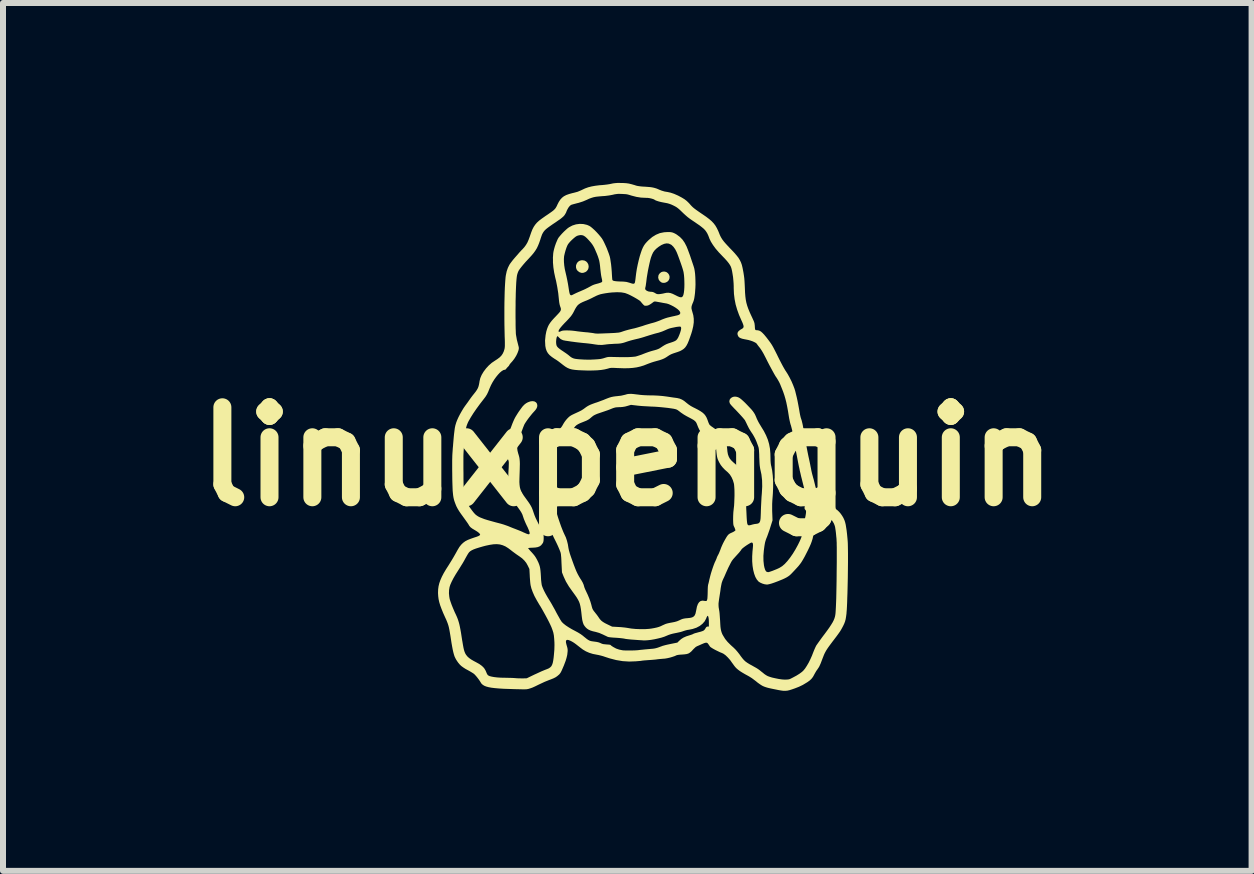
<source format=kicad_pcb>
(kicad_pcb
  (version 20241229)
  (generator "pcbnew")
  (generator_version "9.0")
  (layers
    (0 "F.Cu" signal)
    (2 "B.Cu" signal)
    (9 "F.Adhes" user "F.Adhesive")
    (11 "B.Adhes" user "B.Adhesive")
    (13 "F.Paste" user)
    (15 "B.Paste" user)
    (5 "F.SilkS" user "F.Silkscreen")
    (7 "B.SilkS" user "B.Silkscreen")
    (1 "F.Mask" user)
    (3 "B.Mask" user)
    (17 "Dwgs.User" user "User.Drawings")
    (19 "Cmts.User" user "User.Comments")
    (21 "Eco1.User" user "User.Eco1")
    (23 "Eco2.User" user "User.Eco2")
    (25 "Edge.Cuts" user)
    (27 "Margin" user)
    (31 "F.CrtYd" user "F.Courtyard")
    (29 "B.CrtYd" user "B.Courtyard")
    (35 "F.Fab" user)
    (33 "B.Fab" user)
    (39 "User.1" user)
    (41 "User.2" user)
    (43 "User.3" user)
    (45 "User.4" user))
  (footprint "linuxpenguin"
    (layer "F.Cu")
    (at 7.407 4.561)
    (property "Reference" "linuxpenguin" (at 0 0 0) (layer "F.SilkS") (effects (font (size 1.5 1.5) (thickness 0.3))))
    (attr board_only exclude_from_pos_files exclude_from_bom)
    (fp_poly (pts (xy 0.627 -3.083) (xy 0.655 -3.074) (xy 0.679 -3.055) (xy 0.697 -3.029) (xy 0.705 -3.001) (xy 0.703 -2.969) (xy 0.691 -2.94) (xy 0.67 -2.917) (xy 0.643 -2.902) (xy 0.613 -2.895) (xy 0.582 -2.898) (xy 0.568 -2.904) (xy 0.541 -2.925) (xy 0.523 -2.952) (xy 0.515 -2.984) (xy 0.519 -3.017) (xy 0.523 -3.029) (xy 0.543 -3.057) (xy 0.568 -3.075) (xy 0.597 -3.084)) (stroke (width 0) (type solid)) (fill yes) (layer "F.SilkS"))
    (fp_poly (pts (xy -0.715 -3.268) (xy -0.686 -3.253) (xy -0.664 -3.23) (xy -0.65 -3.203) (xy -0.644 -3.172) (xy -0.647 -3.141) (xy -0.659 -3.112) (xy -0.681 -3.087) (xy -0.7 -3.075) (xy -0.733 -3.063) (xy -0.764 -3.062) (xy -0.796 -3.073) (xy -0.8 -3.075) (xy -0.829 -3.097) (xy -0.847 -3.123) (xy -0.855 -3.153) (xy -0.855 -3.184) (xy -0.845 -3.214) (xy -0.828 -3.24) (xy -0.804 -3.26) (xy -0.772 -3.271) (xy -0.75 -3.273)) (stroke (width 0) (type solid)) (fill yes) (layer "F.SilkS"))
    (fp_poly (pts (xy -0.73 -3.876) (xy -0.671 -3.862) (xy -0.632 -3.845) (xy -0.609 -3.83) (xy -0.58 -3.806) (xy -0.548 -3.777) (xy -0.514 -3.743) (xy -0.481 -3.707) (xy -0.451 -3.672) (xy -0.426 -3.64) (xy -0.418 -3.628) (xy -0.402 -3.601) (xy -0.384 -3.565) (xy -0.364 -3.522) (xy -0.343 -3.475) (xy -0.325 -3.428) (xy -0.308 -3.383) (xy -0.295 -3.343) (xy -0.293 -3.337) (xy -0.285 -3.302) (xy -0.278 -3.256) (xy -0.27 -3.202) (xy -0.264 -3.143) (xy -0.259 -3.081) (xy -0.257 -3.043) (xy -0.255 -3.011) (xy -0.253 -2.982) (xy -0.251 -2.96) (xy -0.25 -2.949) (xy -0.245 -2.939) (xy -0.235 -2.932) (xy -0.217 -2.927) (xy -0.191 -2.923) (xy -0.154 -2.92) (xy -0.11 -2.918) (xy -0.069 -2.917) (xy -0.038 -2.914) (xy -0.012 -2.911) (xy 0.01 -2.905) (xy 0.035 -2.898) (xy 0.035 -2.898) (xy 0.069 -2.887) (xy 0.093 -2.881) (xy 0.108 -2.881) (xy 0.119 -2.887) (xy 0.125 -2.897) (xy 0.126 -2.898) (xy 0.129 -2.912) (xy 0.133 -2.936) (xy 0.137 -2.966) (xy 0.14 -2.993) (xy 0.148 -3.057) (xy 0.159 -3.128) (xy 0.174 -3.202) (xy 0.191 -3.275) (xy 0.209 -3.344) (xy 0.229 -3.406) (xy 0.243 -3.446) (xy 0.26 -3.485) (xy 0.278 -3.518) (xy 0.299 -3.548) (xy 0.327 -3.58) (xy 0.356 -3.609) (xy 0.416 -3.66) (xy 0.478 -3.698) (xy 0.543 -3.725) (xy 0.613 -3.739) (xy 0.673 -3.743) (xy 0.715 -3.742) (xy 0.748 -3.737) (xy 0.778 -3.726) (xy 0.811 -3.709) (xy 0.829 -3.697) (xy 0.878 -3.66) (xy 0.92 -3.617) (xy 0.956 -3.565) (xy 0.988 -3.503) (xy 1 -3.473) (xy 1.013 -3.44) (xy 1.028 -3.399) (xy 1.045 -3.353) (xy 1.061 -3.305) (xy 1.077 -3.257) (xy 1.092 -3.213) (xy 1.105 -3.174) (xy 1.114 -3.144) (xy 1.117 -3.133) (xy 1.124 -3.095) (xy 1.13 -3.048) (xy 1.134 -2.992) (xy 1.136 -2.933) (xy 1.137 -2.871) (xy 1.135 -2.811) (xy 1.133 -2.787) (xy 1.129 -2.728) (xy 1.123 -2.681) (xy 1.117 -2.641) (xy 1.109 -2.607) (xy 1.099 -2.577) (xy 1.09 -2.557) (xy 1.077 -2.523) (xy 1.07 -2.495) (xy 1.07 -2.468) (xy 1.077 -2.438) (xy 1.083 -2.417) (xy 1.1 -2.357) (xy 1.108 -2.298) (xy 1.108 -2.237) (xy 1.099 -2.172) (xy 1.082 -2.1) (xy 1.067 -2.05) (xy 1.044 -1.984) (xy 1.024 -1.929) (xy 1.005 -1.884) (xy 0.985 -1.847) (xy 0.964 -1.818) (xy 0.94 -1.795) (xy 0.912 -1.776) (xy 0.88 -1.759) (xy 0.841 -1.744) (xy 0.807 -1.733) (xy 0.765 -1.719) (xy 0.732 -1.706) (xy 0.705 -1.692) (xy 0.68 -1.676) (xy 0.68 -1.676) (xy 0.647 -1.654) (xy 0.615 -1.636) (xy 0.58 -1.621) (xy 0.539 -1.607) (xy 0.488 -1.593) (xy 0.485 -1.592) (xy 0.445 -1.581) (xy 0.401 -1.567) (xy 0.36 -1.552) (xy 0.336 -1.543) (xy 0.276 -1.519) (xy 0.217 -1.501) (xy 0.156 -1.487) (xy 0.091 -1.478) (xy 0.021 -1.473) (xy -0.058 -1.472) (xy -0.146 -1.475) (xy -0.173 -1.476) (xy -0.213 -1.478) (xy -0.242 -1.479) (xy -0.264 -1.479) (xy -0.282 -1.477) (xy -0.299 -1.474) (xy -0.318 -1.468) (xy -0.333 -1.464) (xy -0.378 -1.453) (xy -0.434 -1.444) (xy -0.5 -1.438) (xy -0.575 -1.435) (xy -0.656 -1.434) (xy -0.743 -1.437) (xy -0.815 -1.44) (xy -0.873 -1.445) (xy -0.921 -1.452) (xy -0.962 -1.463) (xy -0.999 -1.479) (xy -1.034 -1.5) (xy -1.072 -1.528) (xy -1.087 -1.54) (xy -1.119 -1.565) (xy -1.156 -1.593) (xy -1.193 -1.618) (xy -1.207 -1.626) (xy -1.257 -1.66) (xy -1.295 -1.691) (xy -1.324 -1.724) (xy -1.344 -1.759) (xy -1.358 -1.799) (xy -1.367 -1.846) (xy -1.367 -1.851) (xy -1.37 -1.911) (xy -1.187 -1.911) (xy -1.185 -1.881) (xy -1.181 -1.857) (xy -1.171 -1.836) (xy -1.155 -1.817) (xy -1.131 -1.797) (xy -1.098 -1.773) (xy -1.081 -1.762) (xy -1.05 -1.741) (xy -1.019 -1.72) (xy -0.993 -1.701) (xy -0.975 -1.687) (xy -0.973 -1.685) (xy -0.949 -1.665) (xy -0.925 -1.649) (xy -0.901 -1.638) (xy -0.872 -1.63) (xy -0.836 -1.625) (xy -0.791 -1.621) (xy -0.773 -1.62) (xy -0.725 -1.617) (xy -0.686 -1.616) (xy -0.652 -1.615) (xy -0.619 -1.615) (xy -0.584 -1.617) (xy -0.542 -1.619) (xy -0.527 -1.62) (xy -0.482 -1.623) (xy -0.447 -1.627) (xy -0.418 -1.633) (xy -0.392 -1.64) (xy -0.377 -1.645) (xy -0.354 -1.652) (xy -0.336 -1.657) (xy -0.318 -1.66) (xy -0.297 -1.661) (xy -0.269 -1.661) (xy -0.231 -1.66) (xy -0.23 -1.66) (xy -0.134 -1.658) (xy -0.051 -1.657) (xy 0.019 -1.658) (xy 0.076 -1.661) (xy 0.119 -1.665) (xy 0.141 -1.668) (xy 0.168 -1.676) (xy 0.202 -1.687) (xy 0.24 -1.7) (xy 0.272 -1.713) (xy 0.311 -1.728) (xy 0.353 -1.743) (xy 0.393 -1.756) (xy 0.421 -1.764) (xy 0.459 -1.774) (xy 0.489 -1.783) (xy 0.513 -1.792) (xy 0.536 -1.803) (xy 0.561 -1.819) (xy 0.586 -1.836) (xy 0.618 -1.856) (xy 0.648 -1.872) (xy 0.683 -1.886) (xy 0.717 -1.897) (xy 0.753 -1.909) (xy 0.784 -1.921) (xy 0.806 -1.933) (xy 0.814 -1.938) (xy 0.832 -1.958) (xy 0.849 -1.986) (xy 0.866 -2.025) (xy 0.883 -2.071) (xy 0.894 -2.109) (xy 0.898 -2.137) (xy 0.896 -2.155) (xy 0.887 -2.165) (xy 0.883 -2.167) (xy 0.872 -2.167) (xy 0.85 -2.165) (xy 0.819 -2.161) (xy 0.784 -2.154) (xy 0.78 -2.153) (xy 0.735 -2.144) (xy 0.698 -2.134) (xy 0.667 -2.122) (xy 0.636 -2.108) (xy 0.634 -2.107) (xy 0.582 -2.085) (xy 0.522 -2.065) (xy 0.497 -2.059) (xy 0.459 -2.049) (xy 0.415 -2.036) (xy 0.368 -2.022) (xy 0.325 -2.008) (xy 0.32 -2.007) (xy 0.278 -1.993) (xy 0.231 -1.979) (xy 0.186 -1.967) (xy 0.147 -1.958) (xy 0.143 -1.957) (xy 0.102 -1.947) (xy 0.056 -1.935) (xy 0.01 -1.921) (xy -0.017 -1.912) (xy -0.046 -1.902) (xy -0.07 -1.895) (xy -0.092 -1.89) (xy -0.114 -1.886) (xy -0.14 -1.883) (xy -0.173 -1.881) (xy -0.213 -1.88) (xy -0.254 -1.877) (xy -0.294 -1.875) (xy -0.328 -1.872) (xy -0.354 -1.869) (xy -0.366 -1.867) (xy -0.421 -1.861) (xy -0.483 -1.862) (xy -0.543 -1.87) (xy -0.567 -1.874) (xy -0.601 -1.879) (xy -0.641 -1.884) (xy -0.686 -1.889) (xy -0.732 -1.893) (xy -0.733 -1.893) (xy -0.779 -1.898) (xy -0.824 -1.903) (xy -0.866 -1.908) (xy -0.901 -1.913) (xy -0.926 -1.916) (xy -0.927 -1.916) (xy -0.959 -1.921) (xy -0.993 -1.926) (xy -1.02 -1.93) (xy -1.023 -1.93) (xy -1.072 -1.94) (xy -1.11 -1.958) (xy -1.137 -1.983) (xy -1.15 -1.997) (xy -1.161 -2.006) (xy -1.164 -2.007) (xy -1.171 -2) (xy -1.178 -1.984) (xy -1.183 -1.959) (xy -1.186 -1.93) (xy -1.187 -1.911) (xy -1.37 -1.911) (xy -1.371 -1.935) (xy -1.362 -2.023) (xy -1.35 -2.085) (xy -1.349 -2.088) (xy -1.146 -2.088) (xy -1.144 -2.081) (xy -1.136 -2.079) (xy -1.119 -2.084) (xy -1.108 -2.089) (xy -1.091 -2.096) (xy -1.074 -2.1) (xy -1.051 -2.102) (xy -1.021 -2.103) (xy -1.003 -2.103) (xy -0.963 -2.102) (xy -0.918 -2.099) (xy -0.875 -2.094) (xy -0.86 -2.092) (xy -0.825 -2.087) (xy -0.783 -2.082) (xy -0.738 -2.077) (xy -0.697 -2.073) (xy -0.658 -2.07) (xy -0.62 -2.065) (xy -0.587 -2.061) (xy -0.562 -2.057) (xy -0.56 -2.057) (xy -0.547 -2.054) (xy -0.534 -2.052) (xy -0.519 -2.051) (xy -0.502 -2.05) (xy -0.479 -2.05) (xy -0.451 -2.051) (xy -0.415 -2.052) (xy -0.37 -2.054) (xy -0.314 -2.056) (xy -0.25 -2.059) (xy -0.207 -2.061) (xy -0.175 -2.064) (xy -0.149 -2.066) (xy -0.127 -2.07) (xy -0.105 -2.076) (xy -0.081 -2.084) (xy -0.067 -2.089) (xy -0.029 -2.101) (xy 0.014 -2.113) (xy 0.058 -2.124) (xy 0.083 -2.13) (xy 0.12 -2.138) (xy 0.164 -2.15) (xy 0.211 -2.164) (xy 0.255 -2.177) (xy 0.263 -2.18) (xy 0.304 -2.194) (xy 0.348 -2.207) (xy 0.388 -2.219) (xy 0.422 -2.228) (xy 0.43 -2.23) (xy 0.467 -2.241) (xy 0.509 -2.256) (xy 0.549 -2.271) (xy 0.561 -2.277) (xy 0.595 -2.291) (xy 0.633 -2.305) (xy 0.668 -2.316) (xy 0.681 -2.319) (xy 0.714 -2.327) (xy 0.753 -2.336) (xy 0.791 -2.344) (xy 0.802 -2.347) (xy 0.834 -2.354) (xy 0.855 -2.361) (xy 0.869 -2.368) (xy 0.877 -2.376) (xy 0.877 -2.377) (xy 0.883 -2.388) (xy 0.883 -2.399) (xy 0.877 -2.415) (xy 0.876 -2.417) (xy 0.862 -2.436) (xy 0.838 -2.458) (xy 0.806 -2.481) (xy 0.77 -2.503) (xy 0.731 -2.523) (xy 0.693 -2.54) (xy 0.659 -2.551) (xy 0.647 -2.553) (xy 0.625 -2.557) (xy 0.595 -2.562) (xy 0.56 -2.569) (xy 0.531 -2.574) (xy 0.498 -2.58) (xy 0.475 -2.584) (xy 0.46 -2.585) (xy 0.45 -2.584) (xy 0.442 -2.581) (xy 0.434 -2.575) (xy 0.403 -2.552) (xy 0.379 -2.536) (xy 0.36 -2.526) (xy 0.345 -2.519) (xy 0.329 -2.516) (xy 0.321 -2.515) (xy 0.3 -2.514) (xy 0.287 -2.516) (xy 0.275 -2.525) (xy 0.262 -2.538) (xy 0.244 -2.558) (xy 0.228 -2.578) (xy 0.222 -2.585) (xy 0.208 -2.598) (xy 0.184 -2.614) (xy 0.15 -2.635) (xy 0.106 -2.66) (xy 0.055 -2.687) (xy 0.013 -2.707) (xy -0.037 -2.726) (xy -0.098 -2.737) (xy -0.17 -2.74) (xy -0.253 -2.736) (xy -0.311 -2.73) (xy -0.366 -2.722) (xy -0.41 -2.714) (xy -0.447 -2.706) (xy -0.48 -2.695) (xy -0.512 -2.682) (xy -0.546 -2.665) (xy -0.557 -2.66) (xy -0.594 -2.641) (xy -0.636 -2.621) (xy -0.676 -2.603) (xy -0.7 -2.594) (xy -0.745 -2.575) (xy -0.781 -2.557) (xy -0.808 -2.539) (xy -0.831 -2.518) (xy -0.85 -2.492) (xy -0.87 -2.459) (xy -0.884 -2.431) (xy -0.898 -2.404) (xy -0.911 -2.381) (xy -0.925 -2.36) (xy -0.94 -2.339) (xy -0.96 -2.316) (xy -0.984 -2.289) (xy -1.015 -2.256) (xy -1.044 -2.227) (xy -1.083 -2.185) (xy -1.112 -2.151) (xy -1.132 -2.124) (xy -1.143 -2.104) (xy -1.146 -2.088) (xy -1.349 -2.088) (xy -1.338 -2.126) (xy -1.324 -2.163) (xy -1.308 -2.196) (xy -1.286 -2.23) (xy -1.258 -2.266) (xy -1.222 -2.306) (xy -1.196 -2.333) (xy -1.163 -2.368) (xy -1.138 -2.395) (xy -1.121 -2.416) (xy -1.111 -2.434) (xy -1.107 -2.449) (xy -1.107 -2.466) (xy -1.112 -2.484) (xy -1.12 -2.506) (xy -1.12 -2.506) (xy -1.128 -2.534) (xy -1.135 -2.572) (xy -1.14 -2.615) (xy -1.14 -2.617) (xy -1.151 -2.723) (xy -1.167 -2.824) (xy -1.187 -2.927) (xy -1.201 -2.983) (xy -1.219 -3.067) (xy -1.232 -3.152) (xy -1.239 -3.235) (xy -1.239 -3.293) (xy -1.057 -3.293) (xy -1.056 -3.242) (xy -1.051 -3.185) (xy -1.042 -3.126) (xy -1.03 -3.073) (xy -1.015 -3.009) (xy -1.001 -2.942) (xy -0.989 -2.879) (xy -0.98 -2.823) (xy -0.973 -2.777) (xy -0.967 -2.742) (xy -0.961 -2.718) (xy -0.956 -2.703) (xy -0.949 -2.695) (xy -0.948 -2.694) (xy -0.941 -2.69) (xy -0.935 -2.688) (xy -0.928 -2.69) (xy -0.915 -2.695) (xy -0.895 -2.705) (xy -0.881 -2.712) (xy -0.85 -2.727) (xy -0.814 -2.743) (xy -0.778 -2.758) (xy -0.767 -2.763) (xy -0.732 -2.778) (xy -0.693 -2.796) (xy 0.298 -2.796) (xy 0.301 -2.786) (xy 0.307 -2.778) (xy 0.326 -2.763) (xy 0.354 -2.752) (xy 0.389 -2.747) (xy 0.401 -2.747) (xy 0.427 -2.743) (xy 0.452 -2.732) (xy 0.462 -2.726) (xy 0.481 -2.715) (xy 0.497 -2.709) (xy 0.516 -2.707) (xy 0.535 -2.708) (xy 0.565 -2.712) (xy 0.599 -2.718) (xy 0.619 -2.723) (xy 0.654 -2.73) (xy 0.686 -2.731) (xy 0.719 -2.726) (xy 0.756 -2.713) (xy 0.799 -2.692) (xy 0.803 -2.69) (xy 0.841 -2.671) (xy 0.871 -2.659) (xy 0.893 -2.655) (xy 0.91 -2.658) (xy 0.922 -2.669) (xy 0.928 -2.677) (xy 0.936 -2.699) (xy 0.943 -2.732) (xy 0.948 -2.773) (xy 0.951 -2.82) (xy 0.952 -2.871) (xy 0.951 -2.924) (xy 0.949 -2.976) (xy 0.945 -3.025) (xy 0.939 -3.068) (xy 0.934 -3.091) (xy 0.927 -3.116) (xy 0.916 -3.152) (xy 0.902 -3.194) (xy 0.886 -3.24) (xy 0.869 -3.287) (xy 0.852 -3.334) (xy 0.836 -3.376) (xy 0.822 -3.41) (xy 0.798 -3.457) (xy 0.769 -3.497) (xy 0.737 -3.528) (xy 0.727 -3.534) (xy 0.692 -3.55) (xy 0.655 -3.554) (xy 0.614 -3.546) (xy 0.568 -3.526) (xy 0.523 -3.497) (xy 0.485 -3.467) (xy 0.455 -3.437) (xy 0.431 -3.404) (xy 0.412 -3.364) (xy 0.394 -3.316) (xy 0.383 -3.276) (xy 0.37 -3.221) (xy 0.357 -3.161) (xy 0.344 -3.098) (xy 0.334 -3.038) (xy 0.325 -2.984) (xy 0.32 -2.943) (xy 0.316 -2.909) (xy 0.311 -2.874) (xy 0.307 -2.845) (xy 0.304 -2.832) (xy 0.299 -2.81) (xy 0.298 -2.796) (xy -0.693 -2.796) (xy -0.692 -2.797) (xy -0.654 -2.816) (xy -0.64 -2.824) (xy -0.61 -2.84) (xy -0.586 -2.853) (xy -0.565 -2.862) (xy -0.543 -2.87) (xy -0.515 -2.878) (xy -0.481 -2.887) (xy -0.45 -2.897) (xy -0.429 -2.906) (xy -0.42 -2.913) (xy -0.418 -2.928) (xy -0.422 -2.953) (xy -0.426 -2.971) (xy -0.431 -2.993) (xy -0.437 -3.026) (xy -0.442 -3.064) (xy -0.447 -3.106) (xy -0.45 -3.131) (xy -0.455 -3.184) (xy -0.461 -3.227) (xy -0.468 -3.266) (xy -0.479 -3.303) (xy -0.492 -3.342) (xy -0.51 -3.388) (xy -0.52 -3.41) (xy -0.538 -3.453) (xy -0.554 -3.487) (xy -0.57 -3.515) (xy -0.586 -3.54) (xy -0.606 -3.566) (xy -0.632 -3.596) (xy -0.64 -3.605) (xy -0.673 -3.64) (xy -0.702 -3.666) (xy -0.729 -3.683) (xy -0.754 -3.691) (xy -0.78 -3.692) (xy -0.785 -3.692) (xy -0.812 -3.687) (xy -0.838 -3.679) (xy -0.843 -3.676) (xy -0.863 -3.664) (xy -0.889 -3.643) (xy -0.917 -3.618) (xy -0.945 -3.591) (xy -0.969 -3.564) (xy -0.987 -3.541) (xy -0.987 -3.541) (xy -1.001 -3.515) (xy -1.015 -3.48) (xy -1.029 -3.438) (xy -1.041 -3.395) (xy -1.051 -3.352) (xy -1.054 -3.335) (xy -1.057 -3.293) (xy -1.239 -3.293) (xy -1.24 -3.313) (xy -1.235 -3.384) (xy -1.231 -3.413) (xy -1.221 -3.457) (xy -1.207 -3.506) (xy -1.19 -3.555) (xy -1.171 -3.6) (xy -1.158 -3.629) (xy -1.143 -3.653) (xy -1.119 -3.682) (xy -1.09 -3.715) (xy -1.058 -3.748) (xy -1.025 -3.779) (xy -0.994 -3.806) (xy -0.97 -3.823) (xy -0.915 -3.852) (xy -0.855 -3.871) (xy -0.792 -3.879)) (stroke (width 0) (type solid)) (fill yes) (layer "F.SilkS"))
    (fp_poly (pts (xy -0.12 -4.561) (xy -0.064 -4.56) (xy -0.017 -4.557) (xy 0.026 -4.551) (xy 0.071 -4.54) (xy 0.12 -4.526) (xy 0.12 -4.526) (xy 0.147 -4.517) (xy 0.172 -4.511) (xy 0.199 -4.507) (xy 0.23 -4.503) (xy 0.269 -4.5) (xy 0.293 -4.499) (xy 0.347 -4.495) (xy 0.391 -4.491) (xy 0.427 -4.485) (xy 0.459 -4.477) (xy 0.491 -4.467) (xy 0.524 -4.453) (xy 0.527 -4.451) (xy 0.576 -4.432) (xy 0.624 -4.418) (xy 0.673 -4.41) (xy 0.722 -4.399) (xy 0.779 -4.38) (xy 0.843 -4.352) (xy 0.857 -4.345) (xy 0.911 -4.316) (xy 0.955 -4.289) (xy 0.991 -4.261) (xy 1.023 -4.23) (xy 1.038 -4.214) (xy 1.057 -4.192) (xy 1.075 -4.173) (xy 1.095 -4.154) (xy 1.118 -4.135) (xy 1.146 -4.114) (xy 1.18 -4.09) (xy 1.223 -4.06) (xy 1.253 -4.04) (xy 1.314 -3.998) (xy 1.364 -3.96) (xy 1.406 -3.924) (xy 1.44 -3.888) (xy 1.468 -3.851) (xy 1.492 -3.81) (xy 1.514 -3.765) (xy 1.527 -3.734) (xy 1.54 -3.701) (xy 1.553 -3.672) (xy 1.568 -3.645) (xy 1.585 -3.618) (xy 1.606 -3.59) (xy 1.632 -3.559) (xy 1.664 -3.524) (xy 1.703 -3.482) (xy 1.739 -3.445) (xy 1.785 -3.396) (xy 1.822 -3.353) (xy 1.852 -3.315) (xy 1.875 -3.277) (xy 1.894 -3.239) (xy 1.909 -3.197) (xy 1.921 -3.148) (xy 1.932 -3.091) (xy 1.937 -3.064) (xy 1.944 -3.019) (xy 1.95 -2.974) (xy 1.954 -2.925) (xy 1.957 -2.87) (xy 1.96 -2.807) (xy 1.963 -2.734) (xy 1.968 -2.671) (xy 1.975 -2.615) (xy 1.985 -2.564) (xy 1.999 -2.514) (xy 2.017 -2.463) (xy 2.04 -2.407) (xy 2.069 -2.343) (xy 2.078 -2.325) (xy 2.095 -2.287) (xy 2.108 -2.259) (xy 2.116 -2.237) (xy 2.121 -2.218) (xy 2.123 -2.2) (xy 2.125 -2.185) (xy 2.127 -2.151) (xy 2.129 -2.129) (xy 2.133 -2.116) (xy 2.139 -2.109) (xy 2.148 -2.107) (xy 2.157 -2.107) (xy 2.182 -2.104) (xy 2.205 -2.097) (xy 2.228 -2.084) (xy 2.253 -2.062) (xy 2.281 -2.033) (xy 2.314 -1.993) (xy 2.326 -1.978) (xy 2.351 -1.945) (xy 2.372 -1.917) (xy 2.39 -1.892) (xy 2.406 -1.868) (xy 2.421 -1.843) (xy 2.437 -1.814) (xy 2.454 -1.781) (xy 2.475 -1.74) (xy 2.5 -1.69) (xy 2.51 -1.669) (xy 2.54 -1.609) (xy 2.569 -1.553) (xy 2.595 -1.504) (xy 2.619 -1.462) (xy 2.638 -1.43) (xy 2.644 -1.422) (xy 2.675 -1.373) (xy 2.707 -1.315) (xy 2.738 -1.253) (xy 2.764 -1.192) (xy 2.785 -1.137) (xy 2.787 -1.132) (xy 2.799 -1.093) (xy 2.811 -1.044) (xy 2.825 -0.987) (xy 2.838 -0.927) (xy 2.85 -0.865) (xy 2.861 -0.805) (xy 2.867 -0.771) (xy 2.873 -0.734) (xy 2.88 -0.697) (xy 2.887 -0.666) (xy 2.893 -0.643) (xy 2.894 -0.641) (xy 2.901 -0.62) (xy 2.908 -0.598) (xy 2.914 -0.573) (xy 2.921 -0.544) (xy 2.928 -0.51) (xy 2.935 -0.467) (xy 2.944 -0.416) (xy 2.955 -0.353) (xy 2.96 -0.323) (xy 2.97 -0.266) (xy 2.981 -0.205) (xy 2.992 -0.144) (xy 3.003 -0.087) (xy 3.013 -0.037) (xy 3.02 -0.003) (xy 3.03 0.042) (xy 3.04 0.089) (xy 3.049 0.133) (xy 3.056 0.17) (xy 3.061 0.193) (xy 3.068 0.231) (xy 3.077 0.271) (xy 3.086 0.307) (xy 3.09 0.32) (xy 3.098 0.351) (xy 3.107 0.381) (xy 3.113 0.406) (xy 3.114 0.41) (xy 3.119 0.43) (xy 3.126 0.458) (xy 3.134 0.492) (xy 3.144 0.527) (xy 3.153 0.562) (xy 3.161 0.597) (xy 3.167 0.627) (xy 3.17 0.647) (xy 3.173 0.668) (xy 3.177 0.686) (xy 3.184 0.701) (xy 3.196 0.714) (xy 3.213 0.728) (xy 3.238 0.743) (xy 3.272 0.761) (xy 3.315 0.783) (xy 3.329 0.79) (xy 3.388 0.82) (xy 3.435 0.847) (xy 3.474 0.872) (xy 3.506 0.897) (xy 3.534 0.924) (xy 3.559 0.954) (xy 3.581 0.986) (xy 3.597 1.012) (xy 3.61 1.038) (xy 3.622 1.066) (xy 3.632 1.098) (xy 3.641 1.135) (xy 3.648 1.179) (xy 3.656 1.23) (xy 3.663 1.291) (xy 3.67 1.363) (xy 3.674 1.41) (xy 3.676 1.444) (xy 3.677 1.49) (xy 3.678 1.546) (xy 3.679 1.611) (xy 3.679 1.684) (xy 3.679 1.763) (xy 3.678 1.846) (xy 3.677 1.932) (xy 3.676 2.019) (xy 3.674 2.107) (xy 3.672 2.193) (xy 3.67 2.276) (xy 3.667 2.355) (xy 3.665 2.428) (xy 3.662 2.494) (xy 3.659 2.551) (xy 3.655 2.597) (xy 3.654 2.617) (xy 3.647 2.669) (xy 3.64 2.711) (xy 3.63 2.749) (xy 3.616 2.786) (xy 3.597 2.826) (xy 3.593 2.833) (xy 3.582 2.854) (xy 3.571 2.874) (xy 3.56 2.893) (xy 3.547 2.914) (xy 3.531 2.937) (xy 3.511 2.965) (xy 3.486 2.999) (xy 3.455 3.04) (xy 3.419 3.087) (xy 3.384 3.134) (xy 3.356 3.172) (xy 3.334 3.204) (xy 3.316 3.232) (xy 3.302 3.257) (xy 3.289 3.282) (xy 3.277 3.309) (xy 3.265 3.34) (xy 3.256 3.363) (xy 3.238 3.41) (xy 3.224 3.447) (xy 3.211 3.476) (xy 3.2 3.5) (xy 3.188 3.52) (xy 3.175 3.539) (xy 3.167 3.551) (xy 3.151 3.573) (xy 3.134 3.602) (xy 3.117 3.632) (xy 3.115 3.637) (xy 3.094 3.674) (xy 3.071 3.704) (xy 3.043 3.731) (xy 3.006 3.758) (xy 2.99 3.768) (xy 2.927 3.806) (xy 2.863 3.837) (xy 2.794 3.864) (xy 2.745 3.881) (xy 2.704 3.894) (xy 2.669 3.902) (xy 2.637 3.905) (xy 2.603 3.905) (xy 2.565 3.9) (xy 2.519 3.892) (xy 2.49 3.886) (xy 2.435 3.875) (xy 2.392 3.866) (xy 2.357 3.858) (xy 2.33 3.851) (xy 2.308 3.844) (xy 2.29 3.838) (xy 2.273 3.831) (xy 2.257 3.824) (xy 2.231 3.809) (xy 2.2 3.788) (xy 2.167 3.764) (xy 2.147 3.747) (xy 2.114 3.722) (xy 2.078 3.695) (xy 2.042 3.672) (xy 2.02 3.659) (xy 1.963 3.628) (xy 1.917 3.601) (xy 1.879 3.577) (xy 1.848 3.554) (xy 1.822 3.532) (xy 1.799 3.508) (xy 1.778 3.481) (xy 1.756 3.45) (xy 1.751 3.444) (xy 1.715 3.393) (xy 1.677 3.35) (xy 1.64 3.314) (xy 1.605 3.288) (xy 1.579 3.275) (xy 1.546 3.262) (xy 1.511 3.245) (xy 1.476 3.228) (xy 1.442 3.21) (xy 1.413 3.193) (xy 1.392 3.179) (xy 1.38 3.169) (xy 1.367 3.15) (xy 1.353 3.129) (xy 1.351 3.127) (xy 1.339 3.111) (xy 1.325 3.103) (xy 1.307 3.103) (xy 1.282 3.11) (xy 1.249 3.124) (xy 1.246 3.125) (xy 1.217 3.138) (xy 1.19 3.15) (xy 1.169 3.159) (xy 1.164 3.161) (xy 1.141 3.174) (xy 1.113 3.2) (xy 1.098 3.215) (xy 1.07 3.246) (xy 1.044 3.268) (xy 1.019 3.283) (xy 0.99 3.292) (xy 0.954 3.297) (xy 0.917 3.3) (xy 0.883 3.302) (xy 0.854 3.305) (xy 0.832 3.309) (xy 0.821 3.312) (xy 0.793 3.325) (xy 0.755 3.338) (xy 0.712 3.351) (xy 0.668 3.361) (xy 0.627 3.368) (xy 0.6 3.37) (xy 0.566 3.373) (xy 0.532 3.376) (xy 0.504 3.379) (xy 0.497 3.38) (xy 0.476 3.383) (xy 0.445 3.386) (xy 0.408 3.389) (xy 0.368 3.392) (xy 0.351 3.393) (xy 0.314 3.396) (xy 0.283 3.398) (xy 0.259 3.401) (xy 0.244 3.402) (xy 0.24 3.403) (xy 0.233 3.405) (xy 0.214 3.407) (xy 0.187 3.409) (xy 0.154 3.412) (xy 0.141 3.413) (xy 0.031 3.417) (xy -0.078 3.41) (xy -0.186 3.392) (xy -0.297 3.363) (xy -0.365 3.341) (xy -0.403 3.328) (xy -0.443 3.317) (xy -0.481 3.308) (xy -0.502 3.304) (xy -0.574 3.29) (xy -0.635 3.271) (xy -0.69 3.247) (xy -0.742 3.216) (xy -0.783 3.185) (xy -0.824 3.153) (xy -0.856 3.128) (xy -0.882 3.109) (xy -0.905 3.094) (xy -0.926 3.082) (xy -0.945 3.072) (xy -0.977 3.059) (xy -1.001 3.055) (xy -1.016 3.061) (xy -1.023 3.076) (xy -1.022 3.102) (xy -1.013 3.139) (xy -1.01 3.149) (xy -1.001 3.18) (xy -0.996 3.204) (xy -0.994 3.226) (xy -0.995 3.252) (xy -0.996 3.259) (xy -1.001 3.305) (xy -1.012 3.352) (xy -1.027 3.403) (xy -1.049 3.461) (xy -1.056 3.48) (xy -1.075 3.524) (xy -1.09 3.559) (xy -1.102 3.584) (xy -1.113 3.604) (xy -1.124 3.619) (xy -1.135 3.632) (xy -1.143 3.639) (xy -1.169 3.661) (xy -1.197 3.68) (xy -1.231 3.697) (xy -1.273 3.714) (xy -1.303 3.725) (xy -1.335 3.738) (xy -1.375 3.754) (xy -1.418 3.774) (xy -1.461 3.794) (xy -1.484 3.805) (xy -1.537 3.831) (xy -1.581 3.851) (xy -1.618 3.864) (xy -1.651 3.874) (xy -1.681 3.879) (xy -1.707 3.88) (xy -1.722 3.88) (xy -1.749 3.88) (xy -1.786 3.879) (xy -1.83 3.878) (xy -1.88 3.877) (xy -1.933 3.875) (xy -1.967 3.874) (xy -2.059 3.871) (xy -2.139 3.866) (xy -2.207 3.86) (xy -2.265 3.853) (xy -2.313 3.844) (xy -2.353 3.833) (xy -2.385 3.82) (xy -2.41 3.804) (xy -2.43 3.786) (xy -2.444 3.765) (xy -2.446 3.761) (xy -2.458 3.742) (xy -2.476 3.716) (xy -2.497 3.688) (xy -2.519 3.661) (xy -2.54 3.638) (xy -2.556 3.622) (xy -2.558 3.621) (xy -2.571 3.612) (xy -2.593 3.598) (xy -2.62 3.582) (xy -2.65 3.565) (xy -2.698 3.539) (xy -2.735 3.515) (xy -2.765 3.493) (xy -2.79 3.47) (xy -2.811 3.445) (xy -2.818 3.437) (xy -2.837 3.41) (xy -2.853 3.385) (xy -2.867 3.359) (xy -2.88 3.331) (xy -2.89 3.3) (xy -2.9 3.263) (xy -2.91 3.219) (xy -2.92 3.166) (xy -2.931 3.103) (xy -2.94 3.043) (xy -2.95 2.979) (xy -2.959 2.926) (xy -2.967 2.882) (xy -2.975 2.844) (xy -2.984 2.811) (xy -2.994 2.781) (xy -3.006 2.75) (xy -3.019 2.718) (xy -3.036 2.682) (xy -3.07 2.606) (xy -3.097 2.539) (xy -3.119 2.48) (xy -3.135 2.426) (xy -3.146 2.376) (xy -3.152 2.328) (xy -3.155 2.279) (xy -3.155 2.279) (xy -2.973 2.279) (xy -2.968 2.333) (xy -2.961 2.374) (xy -2.947 2.418) (xy -2.928 2.472) (xy -2.903 2.533) (xy -2.875 2.598) (xy -2.86 2.629) (xy -2.845 2.662) (xy -2.832 2.693) (xy -2.821 2.723) (xy -2.811 2.755) (xy -2.801 2.791) (xy -2.792 2.831) (xy -2.783 2.877) (xy -2.773 2.932) (xy -2.763 2.997) (xy -2.751 3.073) (xy -2.75 3.077) (xy -2.74 3.137) (xy -2.731 3.186) (xy -2.722 3.225) (xy -2.712 3.256) (xy -2.701 3.282) (xy -2.688 3.304) (xy -2.684 3.309) (xy -2.663 3.335) (xy -2.636 3.359) (xy -2.602 3.383) (xy -2.559 3.408) (xy -2.523 3.427) (xy -2.467 3.458) (xy -2.422 3.491) (xy -2.388 3.525) (xy -2.364 3.564) (xy -2.353 3.589) (xy -2.34 3.62) (xy -2.327 3.641) (xy -2.32 3.647) (xy -2.297 3.659) (xy -2.263 3.668) (xy -2.219 3.676) (xy -2.167 3.682) (xy -2.108 3.686) (xy -2.049 3.687) (xy -2.005 3.688) (xy -1.961 3.689) (xy -1.92 3.69) (xy -1.886 3.692) (xy -1.87 3.693) (xy -1.835 3.696) (xy -1.793 3.697) (xy -1.753 3.698) (xy -1.743 3.698) (xy -1.676 3.696) (xy -1.55 3.635) (xy -1.508 3.616) (xy -1.467 3.597) (xy -1.43 3.58) (xy -1.399 3.567) (xy -1.377 3.558) (xy -1.375 3.557) (xy -1.338 3.543) (xy -1.308 3.53) (xy -1.285 3.514) (xy -1.267 3.496) (xy -1.254 3.472) (xy -1.243 3.441) (xy -1.235 3.402) (xy -1.228 3.353) (xy -1.223 3.303) (xy -1.216 3.221) (xy -1.214 3.142) (xy -1.215 3.093) (xy -1.219 3.033) (xy -1.224 2.981) (xy -1.233 2.935) (xy -1.247 2.891) (xy -1.265 2.843) (xy -1.27 2.832) (xy -1.287 2.795) (xy -1.309 2.75) (xy -1.335 2.7) (xy -1.364 2.646) (xy -1.394 2.592) (xy -1.423 2.54) (xy -1.45 2.494) (xy -1.462 2.476) (xy -1.509 2.396) (xy -1.548 2.324) (xy -1.577 2.258) (xy -1.599 2.197) (xy -1.613 2.14) (xy -1.613 2.137) (xy -1.616 2.116) (xy -1.619 2.086) (xy -1.622 2.048) (xy -1.625 2.008) (xy -1.626 1.985) (xy -1.632 1.874) (xy -1.659 1.818) (xy -1.684 1.773) (xy -1.715 1.734) (xy -1.753 1.697) (xy -1.802 1.661) (xy -1.817 1.651) (xy -1.849 1.629) (xy -1.886 1.602) (xy -1.921 1.576) (xy -1.937 1.563) (xy -1.985 1.527) (xy -2.031 1.498) (xy -2.077 1.478) (xy -2.124 1.465) (xy -2.174 1.46) (xy -2.229 1.462) (xy -2.29 1.471) (xy -2.361 1.486) (xy -2.41 1.499) (xy -2.472 1.517) (xy -2.523 1.533) (xy -2.563 1.548) (xy -2.594 1.563) (xy -2.618 1.578) (xy -2.635 1.593) (xy -2.639 1.598) (xy -2.65 1.613) (xy -2.665 1.637) (xy -2.682 1.667) (xy -2.7 1.699) (xy -2.702 1.703) (xy -2.72 1.736) (xy -2.743 1.776) (xy -2.77 1.819) (xy -2.797 1.863) (xy -2.816 1.893) (xy -2.861 1.964) (xy -2.899 2.029) (xy -2.929 2.088) (xy -2.951 2.138) (xy -2.963 2.176) (xy -2.971 2.224) (xy -2.973 2.279) (xy -3.155 2.279) (xy -3.155 2.263) (xy -3.153 2.211) (xy -3.146 2.161) (xy -3.134 2.111) (xy -3.116 2.06) (xy -3.092 2.005) (xy -3.061 1.945) (xy -3.022 1.879) (xy -2.979 1.812) (xy -2.953 1.77) (xy -2.925 1.725) (xy -2.899 1.681) (xy -2.876 1.641) (xy -2.86 1.613) (xy -2.828 1.555) (xy -2.799 1.507) (xy -2.769 1.469) (xy -2.737 1.438) (xy -2.702 1.412) (xy -2.66 1.39) (xy -2.609 1.37) (xy -2.552 1.35) (xy -2.512 1.337) (xy -2.483 1.326) (xy -2.465 1.316) (xy -2.455 1.306) (xy -2.453 1.299) (xy -2.459 1.288) (xy -2.474 1.272) (xy -2.497 1.254) (xy -2.525 1.236) (xy -2.547 1.223) (xy -2.585 1.2) (xy -2.614 1.178) (xy -2.635 1.153) (xy -2.647 1.132) (xy -2.656 1.118) (xy -2.671 1.096) (xy -2.691 1.068) (xy -2.714 1.036) (xy -2.737 1.004) (xy -2.774 0.953) (xy -2.804 0.909) (xy -2.828 0.869) (xy -2.849 0.829) (xy -2.866 0.787) (xy -2.876 0.76) (xy -2.885 0.734) (xy -2.892 0.708) (xy -2.898 0.68) (xy -2.903 0.648) (xy -2.907 0.611) (xy -2.911 0.569) (xy -2.913 0.518) (xy -2.915 0.459) (xy -2.917 0.39) (xy -2.918 0.309) (xy -2.918 0.29) (xy -2.919 0.219) (xy -2.919 0.159) (xy -2.919 0.108) (xy -2.919 0.081) (xy -2.732 0.081) (xy -2.732 0.135) (xy -2.732 0.199) (xy -2.731 0.274) (xy -2.731 0.28) (xy -2.731 0.361) (xy -2.73 0.429) (xy -2.729 0.487) (xy -2.727 0.536) (xy -2.725 0.576) (xy -2.723 0.61) (xy -2.719 0.639) (xy -2.715 0.663) (xy -2.71 0.685) (xy -2.703 0.705) (xy -2.695 0.725) (xy -2.686 0.746) (xy -2.681 0.757) (xy -2.663 0.789) (xy -2.64 0.826) (xy -2.613 0.865) (xy -2.585 0.903) (xy -2.558 0.937) (xy -2.534 0.963) (xy -2.529 0.967) (xy -2.509 0.983) (xy -2.486 0.998) (xy -2.457 1.013) (xy -2.422 1.027) (xy -2.38 1.043) (xy -2.329 1.059) (xy -2.268 1.076) (xy -2.196 1.096) (xy -2.15 1.108) (xy -2.108 1.119) (xy -2.064 1.132) (xy -2.024 1.146) (xy -1.99 1.158) (xy -1.98 1.162) (xy -1.944 1.177) (xy -1.904 1.193) (xy -1.867 1.207) (xy -1.857 1.211) (xy -1.821 1.225) (xy -1.781 1.241) (xy -1.744 1.257) (xy -1.737 1.261) (xy -1.709 1.273) (xy -1.684 1.284) (xy -1.665 1.291) (xy -1.659 1.293) (xy -1.641 1.296) (xy -1.631 1.291) (xy -1.627 1.277) (xy -1.631 1.255) (xy -1.643 1.223) (xy -1.661 1.18) (xy -1.676 1.15) (xy -1.693 1.114) (xy -1.709 1.077) (xy -1.723 1.043) (xy -1.732 1.017) (xy -1.733 1.013) (xy -1.741 0.99) (xy -1.748 0.968) (xy -1.758 0.948) (xy -1.769 0.927) (xy -1.785 0.902) (xy -1.806 0.872) (xy -1.833 0.835) (xy -1.857 0.803) (xy -1.882 0.768) (xy -1.905 0.735) (xy -1.925 0.706) (xy -1.939 0.682) (xy -1.947 0.667) (xy -1.947 0.667) (xy -1.96 0.623) (xy -1.971 0.567) (xy -1.978 0.502) (xy -1.983 0.429) (xy -1.984 0.35) (xy -1.982 0.267) (xy -1.98 0.228) (xy -1.977 0.181) (xy -1.976 0.144) (xy -1.975 0.117) (xy -1.975 0.097) (xy -1.977 0.083) (xy -1.979 0.071) (xy -1.982 0.063) (xy -1.99 0.042) (xy -2 0.015) (xy -2.007 -0.003) (xy -2.014 -0.025) (xy -2.019 -0.047) (xy -2.021 -0.073) (xy -2.022 -0.108) (xy -2.022 -0.117) (xy -2.02 -0.178) (xy -2.012 -0.242) (xy -1.997 -0.309) (xy -1.977 -0.381) (xy -1.949 -0.462) (xy -1.932 -0.506) (xy -1.915 -0.551) (xy -1.9 -0.587) (xy -1.887 -0.616) (xy -1.875 -0.641) (xy -1.861 -0.666) (xy -1.845 -0.692) (xy -1.825 -0.724) (xy -1.81 -0.747) (xy -1.775 -0.796) (xy -1.745 -0.836) (xy -1.716 -0.866) (xy -1.688 -0.888) (xy -1.657 -0.905) (xy -1.624 -0.917) (xy -1.61 -0.921) (xy -1.575 -0.924) (xy -1.545 -0.918) (xy -1.521 -0.903) (xy -1.505 -0.88) (xy -1.5 -0.852) (xy -1.503 -0.827) (xy -1.513 -0.803) (xy -1.531 -0.776) (xy -1.557 -0.747) (xy -1.585 -0.716) (xy -1.614 -0.68) (xy -1.644 -0.642) (xy -1.671 -0.605) (xy -1.694 -0.571) (xy -1.711 -0.544) (xy -1.714 -0.539) (xy -1.723 -0.518) (xy -1.736 -0.486) (xy -1.75 -0.448) (xy -1.766 -0.405) (xy -1.781 -0.36) (xy -1.796 -0.315) (xy -1.809 -0.275) (xy -1.819 -0.24) (xy -1.824 -0.22) (xy -1.832 -0.176) (xy -1.835 -0.136) (xy -1.83 -0.097) (xy -1.819 -0.053) (xy -1.814 -0.037) (xy -1.807 -0.014) (xy -1.801 0.009) (xy -1.797 0.032) (xy -1.794 0.058) (xy -1.792 0.087) (xy -1.791 0.123) (xy -1.792 0.166) (xy -1.793 0.218) (xy -1.795 0.281) (xy -1.796 0.307) (xy -1.798 0.372) (xy -1.799 0.425) (xy -1.796 0.471) (xy -1.791 0.51) (xy -1.782 0.545) (xy -1.768 0.579) (xy -1.749 0.614) (xy -1.725 0.652) (xy -1.693 0.696) (xy -1.683 0.71) (xy -1.651 0.754) (xy -1.626 0.791) (xy -1.607 0.823) (xy -1.591 0.854) (xy -1.578 0.887) (xy -1.565 0.925) (xy -1.56 0.94) (xy -1.546 0.98) (xy -1.527 1.026) (xy -1.501 1.079) (xy -1.473 1.134) (xy -1.453 1.173) (xy -1.434 1.21) (xy -1.419 1.243) (xy -1.407 1.269) (xy -1.4 1.286) (xy -1.4 1.288) (xy -1.396 1.311) (xy -1.394 1.34) (xy -1.394 1.371) (xy -1.394 1.373) (xy -1.396 1.401) (xy -1.4 1.422) (xy -1.406 1.438) (xy -1.417 1.454) (xy -1.437 1.479) (xy -1.462 1.497) (xy -1.493 1.509) (xy -1.532 1.516) (xy -1.578 1.519) (xy -1.608 1.52) (xy -1.632 1.522) (xy -1.648 1.525) (xy -1.653 1.527) (xy -1.649 1.534) (xy -1.637 1.548) (xy -1.62 1.568) (xy -1.598 1.592) (xy -1.593 1.597) (xy -1.564 1.63) (xy -1.541 1.659) (xy -1.523 1.687) (xy -1.505 1.719) (xy -1.5 1.729) (xy -1.482 1.766) (xy -1.469 1.799) (xy -1.459 1.831) (xy -1.452 1.864) (xy -1.447 1.903) (xy -1.443 1.949) (xy -1.44 1.997) (xy -1.437 2.055) (xy -1.432 2.101) (xy -1.427 2.136) (xy -1.423 2.153) (xy -1.409 2.19) (xy -1.389 2.235) (xy -1.362 2.287) (xy -1.33 2.343) (xy -1.302 2.389) (xy -1.283 2.42) (xy -1.26 2.459) (xy -1.235 2.504) (xy -1.209 2.55) (xy -1.185 2.596) (xy -1.182 2.602) (xy -1.16 2.642) (xy -1.139 2.679) (xy -1.121 2.712) (xy -1.105 2.737) (xy -1.094 2.754) (xy -1.091 2.758) (xy -1.063 2.785) (xy -1.025 2.815) (xy -0.978 2.846) (xy -0.926 2.877) (xy -0.879 2.902) (xy -0.823 2.932) (xy -0.776 2.961) (xy -0.735 2.991) (xy -0.733 2.994) (xy -0.699 3.021) (xy -0.673 3.042) (xy -0.652 3.056) (xy -0.634 3.066) (xy -0.616 3.073) (xy -0.595 3.078) (xy -0.568 3.082) (xy -0.553 3.084) (xy -0.509 3.09) (xy -0.475 3.098) (xy -0.449 3.108) (xy -0.443 3.111) (xy -0.423 3.12) (xy -0.402 3.126) (xy -0.375 3.129) (xy -0.345 3.132) (xy -0.317 3.134) (xy -0.296 3.136) (xy -0.283 3.139) (xy -0.28 3.14) (xy -0.275 3.146) (xy -0.261 3.157) (xy -0.241 3.17) (xy -0.233 3.175) (xy -0.187 3.2) (xy -0.135 3.218) (xy -0.08 3.229) (xy -0.061 3.231) (xy -0.032 3.232) (xy 0.005 3.232) (xy 0.045 3.232) (xy 0.086 3.232) (xy 0.125 3.231) (xy 0.159 3.229) (xy 0.184 3.227) (xy 0.19 3.226) (xy 0.213 3.223) (xy 0.245 3.22) (xy 0.284 3.216) (xy 0.326 3.212) (xy 0.351 3.21) (xy 0.394 3.206) (xy 0.428 3.203) (xy 0.456 3.199) (xy 0.482 3.193) (xy 0.509 3.185) (xy 0.542 3.173) (xy 0.583 3.158) (xy 0.59 3.155) (xy 0.606 3.151) (xy 0.631 3.144) (xy 0.664 3.136) (xy 0.702 3.128) (xy 0.726 3.123) (xy 0.835 3.101) (xy 0.865 3.071) (xy 0.898 3.042) (xy 0.936 3.018) (xy 0.983 2.997) (xy 1.027 2.983) (xy 1.055 2.974) (xy 1.079 2.966) (xy 1.095 2.959) (xy 1.1 2.956) (xy 1.11 2.951) (xy 1.131 2.944) (xy 1.158 2.937) (xy 1.182 2.93) (xy 1.221 2.92) (xy 1.249 2.911) (xy 1.27 2.902) (xy 1.285 2.89) (xy 1.297 2.874) (xy 1.304 2.862) (xy 1.316 2.844) (xy 1.327 2.836) (xy 1.341 2.833) (xy 1.36 2.833) (xy 1.36 2.764) (xy 1.359 2.723) (xy 1.355 2.69) (xy 1.35 2.668) (xy 1.343 2.656) (xy 1.338 2.655) (xy 1.332 2.662) (xy 1.323 2.678) (xy 1.315 2.699) (xy 1.29 2.746) (xy 1.253 2.788) (xy 1.207 2.824) (xy 1.152 2.853) (xy 1.089 2.874) (xy 1.03 2.886) (xy 0.998 2.891) (xy 0.964 2.9) (xy 0.936 2.909) (xy 0.913 2.917) (xy 0.882 2.926) (xy 0.845 2.934) (xy 0.808 2.942) (xy 0.806 2.942) (xy 0.759 2.952) (xy 0.722 2.962) (xy 0.689 2.973) (xy 0.658 2.986) (xy 0.617 3.003) (xy 0.567 3.019) (xy 0.51 3.033) (xy 0.451 3.046) (xy 0.392 3.056) (xy 0.337 3.062) (xy 0.289 3.065) (xy 0.263 3.064) (xy 0.237 3.062) (xy 0.202 3.06) (xy 0.161 3.057) (xy 0.119 3.054) (xy 0.105 3.053) (xy 0.064 3.05) (xy 0.025 3.046) (xy -0.011 3.042) (xy -0.038 3.038) (xy -0.045 3.036) (xy -0.068 3.032) (xy -0.101 3.028) (xy -0.139 3.024) (xy -0.179 3.021) (xy -0.193 3.02) (xy -0.231 3.018) (xy -0.265 3.015) (xy -0.293 3.012) (xy -0.312 3.009) (xy -0.317 3.008) (xy -0.331 3.003) (xy -0.353 2.992) (xy -0.381 2.979) (xy -0.403 2.968) (xy -0.468 2.94) (xy -0.527 2.923) (xy -0.575 2.912) (xy -0.613 2.9) (xy -0.644 2.886) (xy -0.67 2.869) (xy -0.691 2.85) (xy -0.712 2.825) (xy -0.729 2.798) (xy -0.741 2.764) (xy -0.751 2.723) (xy -0.758 2.672) (xy -0.76 2.655) (xy -0.767 2.591) (xy -0.774 2.538) (xy -0.782 2.493) (xy -0.792 2.453) (xy -0.805 2.418) (xy -0.823 2.383) (xy -0.845 2.346) (xy -0.873 2.306) (xy -0.907 2.259) (xy -0.913 2.251) (xy -0.974 2.165) (xy -1.023 2.083) (xy -1.059 2.005) (xy -1.061 2.001) (xy -1.089 1.93) (xy -1.097 1.773) (xy -1.099 1.724) (xy -1.101 1.685) (xy -1.104 1.655) (xy -1.106 1.632) (xy -1.109 1.614) (xy -1.113 1.597) (xy -1.119 1.581) (xy -1.126 1.563) (xy -1.129 1.555) (xy -1.14 1.529) (xy -1.155 1.494) (xy -1.174 1.453) (xy -1.194 1.412) (xy -1.209 1.382) (xy -1.229 1.342) (xy -1.248 1.3) (xy -1.265 1.262) (xy -1.278 1.229) (xy -1.284 1.21) (xy -1.295 1.176) (xy -1.308 1.136) (xy -1.322 1.097) (xy -1.327 1.083) (xy -1.338 1.052) (xy -1.348 1.025) (xy -1.355 0.999) (xy -1.362 0.974) (xy -1.366 0.947) (xy -1.37 0.916) (xy -1.373 0.88) (xy -1.375 0.838) (xy -1.377 0.787) (xy -1.379 0.726) (xy -1.38 0.66) (xy -1.382 0.593) (xy -1.384 0.523) (xy -1.385 0.452) (xy -1.387 0.383) (xy -1.388 0.319) (xy -1.39 0.264) (xy -1.39 0.233) (xy -1.392 0.127) (xy -1.392 0.123) (xy -1.205 0.123) (xy -1.205 0.191) (xy -1.205 0.269) (xy -1.203 0.36) (xy -1.202 0.457) (xy -1.195 0.877) (xy -1.178 0.937) (xy -1.162 0.992) (xy -1.143 1.05) (xy -1.123 1.108) (xy -1.103 1.165) (xy -1.083 1.216) (xy -1.065 1.26) (xy -1.049 1.295) (xy -1.048 1.297) (xy -1.024 1.348) (xy -1.006 1.402) (xy -0.991 1.462) (xy -0.981 1.524) (xy -0.977 1.543) (xy -0.973 1.563) (xy -0.966 1.587) (xy -0.958 1.616) (xy -0.946 1.652) (xy -0.931 1.695) (xy -0.912 1.748) (xy -0.892 1.803) (xy -0.869 1.863) (xy -0.848 1.914) (xy -0.827 1.958) (xy -0.804 2) (xy -0.778 2.043) (xy -0.771 2.052) (xy -0.744 2.099) (xy -0.726 2.141) (xy -0.724 2.151) (xy -0.715 2.181) (xy -0.702 2.214) (xy -0.69 2.239) (xy -0.66 2.303) (xy -0.634 2.365) (xy -0.614 2.421) (xy -0.6 2.469) (xy -0.591 2.504) (xy -0.583 2.531) (xy -0.572 2.554) (xy -0.557 2.576) (xy -0.536 2.602) (xy -0.535 2.604) (xy -0.514 2.63) (xy -0.493 2.658) (xy -0.478 2.68) (xy -0.458 2.709) (xy -0.435 2.734) (xy -0.407 2.756) (xy -0.372 2.777) (xy -0.328 2.799) (xy -0.253 2.835) (xy -0.151 2.841) (xy -0.111 2.843) (xy -0.07 2.847) (xy -0.034 2.851) (xy -0.006 2.855) (xy 0 2.856) (xy 0.066 2.867) (xy 0.14 2.874) (xy 0.217 2.877) (xy 0.293 2.877) (xy 0.364 2.872) (xy 0.403 2.867) (xy 0.453 2.858) (xy 0.494 2.849) (xy 0.528 2.839) (xy 0.559 2.827) (xy 0.583 2.815) (xy 0.614 2.801) (xy 0.642 2.789) (xy 0.674 2.78) (xy 0.711 2.772) (xy 0.744 2.766) (xy 0.79 2.757) (xy 0.829 2.746) (xy 0.867 2.73) (xy 0.875 2.726) (xy 0.903 2.713) (xy 0.926 2.705) (xy 0.949 2.7) (xy 0.976 2.696) (xy 1.001 2.694) (xy 1.047 2.689) (xy 1.081 2.681) (xy 1.106 2.667) (xy 1.124 2.647) (xy 1.137 2.617) (xy 1.146 2.576) (xy 1.15 2.557) (xy 1.161 2.501) (xy 1.169 2.48) (xy 1.521 2.48) (xy 1.523 2.513) (xy 1.529 2.547) (xy 1.53 2.555) (xy 1.534 2.577) (xy 1.538 2.61) (xy 1.541 2.649) (xy 1.544 2.693) (xy 1.547 2.733) (xy 1.55 2.791) (xy 1.553 2.837) (xy 1.558 2.875) (xy 1.565 2.907) (xy 1.574 2.936) (xy 1.585 2.963) (xy 1.598 2.986) (xy 1.631 3.04) (xy 1.672 3.09) (xy 1.721 3.139) (xy 1.736 3.153) (xy 1.774 3.187) (xy 1.808 3.221) (xy 1.839 3.257) (xy 1.871 3.298) (xy 1.892 3.328) (xy 1.919 3.363) (xy 1.944 3.392) (xy 1.971 3.417) (xy 2.002 3.439) (xy 2.041 3.463) (xy 2.071 3.479) (xy 2.115 3.504) (xy 2.151 3.524) (xy 2.181 3.543) (xy 2.207 3.562) (xy 2.234 3.584) (xy 2.256 3.601) (xy 2.285 3.625) (xy 2.313 3.644) (xy 2.342 3.66) (xy 2.375 3.672) (xy 2.414 3.684) (xy 2.464 3.695) (xy 2.473 3.697) (xy 2.523 3.707) (xy 2.563 3.713) (xy 2.597 3.717) (xy 2.629 3.718) (xy 2.637 3.718) (xy 2.665 3.717) (xy 2.685 3.715) (xy 2.703 3.711) (xy 2.723 3.703) (xy 2.748 3.69) (xy 2.76 3.684) (xy 2.821 3.651) (xy 2.872 3.619) (xy 2.911 3.59) (xy 2.934 3.569) (xy 2.963 3.534) (xy 2.993 3.488) (xy 3.024 3.435) (xy 3.053 3.376) (xy 3.08 3.315) (xy 3.087 3.296) (xy 3.102 3.258) (xy 3.117 3.221) (xy 3.131 3.189) (xy 3.143 3.164) (xy 3.147 3.155) (xy 3.157 3.14) (xy 3.173 3.117) (xy 3.195 3.086) (xy 3.221 3.05) (xy 3.25 3.01) (xy 3.281 2.969) (xy 3.285 2.964) (xy 3.33 2.903) (xy 3.368 2.85) (xy 3.398 2.804) (xy 3.422 2.765) (xy 3.44 2.73) (xy 3.453 2.698) (xy 3.462 2.668) (xy 3.467 2.643) (xy 3.471 2.613) (xy 3.474 2.57) (xy 3.477 2.515) (xy 3.48 2.447) (xy 3.483 2.367) (xy 3.485 2.275) (xy 3.487 2.172) (xy 3.489 2.058) (xy 3.49 1.934) (xy 3.491 1.847) (xy 3.492 1.759) (xy 3.492 1.682) (xy 3.492 1.617) (xy 3.492 1.561) (xy 3.492 1.514) (xy 3.491 1.473) (xy 3.491 1.438) (xy 3.489 1.407) (xy 3.488 1.38) (xy 3.486 1.354) (xy 3.483 1.329) (xy 3.483 1.327) (xy 3.478 1.274) (xy 3.473 1.233) (xy 3.468 1.201) (xy 3.464 1.175) (xy 3.458 1.153) (xy 3.451 1.134) (xy 3.443 1.115) (xy 3.442 1.112) (xy 3.416 1.07) (xy 3.377 1.03) (xy 3.326 0.993) (xy 3.288 0.972) (xy 3.249 0.953) (xy 3.22 0.943) (xy 3.199 0.941) (xy 3.184 0.949) (xy 3.172 0.967) (xy 3.163 0.997) (xy 3.157 1.027) (xy 3.15 1.061) (xy 3.141 1.101) (xy 3.131 1.138) (xy 3.13 1.145) (xy 3.122 1.178) (xy 3.114 1.219) (xy 3.107 1.261) (xy 3.104 1.285) (xy 3.098 1.328) (xy 3.089 1.369) (xy 3.076 1.411) (xy 3.06 1.455) (xy 3.038 1.505) (xy 3.011 1.562) (xy 2.985 1.613) (xy 2.959 1.664) (xy 2.936 1.705) (xy 2.916 1.739) (xy 2.897 1.769) (xy 2.876 1.797) (xy 2.853 1.826) (xy 2.824 1.858) (xy 2.789 1.896) (xy 2.788 1.897) (xy 2.756 1.931) (xy 2.729 1.959) (xy 2.705 1.981) (xy 2.68 1.999) (xy 2.654 2.015) (xy 2.623 2.031) (xy 2.586 2.048) (xy 2.539 2.067) (xy 2.517 2.076) (xy 2.456 2.099) (xy 2.407 2.116) (xy 2.367 2.127) (xy 2.336 2.133) (xy 2.323 2.133) (xy 2.291 2.129) (xy 2.256 2.119) (xy 2.221 2.104) (xy 2.192 2.087) (xy 2.188 2.083) (xy 2.16 2.051) (xy 2.135 2.007) (xy 2.115 1.953) (xy 2.099 1.89) (xy 2.088 1.821) (xy 2.082 1.745) (xy 2.082 1.664) (xy 2.087 1.58) (xy 2.09 1.552) (xy 2.094 1.508) (xy 2.096 1.476) (xy 2.094 1.454) (xy 2.089 1.441) (xy 2.08 1.434) (xy 2.072 1.433) (xy 2.059 1.437) (xy 2.039 1.448) (xy 2.014 1.463) (xy 1.986 1.481) (xy 1.959 1.5) (xy 1.934 1.519) (xy 1.915 1.535) (xy 1.904 1.547) (xy 1.902 1.55) (xy 1.896 1.56) (xy 1.882 1.578) (xy 1.863 1.602) (xy 1.84 1.627) (xy 1.833 1.635) (xy 1.808 1.662) (xy 1.785 1.688) (xy 1.766 1.709) (xy 1.754 1.725) (xy 1.752 1.727) (xy 1.739 1.746) (xy 1.723 1.775) (xy 1.705 1.811) (xy 1.685 1.85) (xy 1.666 1.892) (xy 1.648 1.932) (xy 1.644 1.941) (xy 1.631 1.971) (xy 1.618 2.001) (xy 1.607 2.025) (xy 1.604 2.03) (xy 1.587 2.068) (xy 1.574 2.106) (xy 1.565 2.149) (xy 1.556 2.2) (xy 1.556 2.203) (xy 1.551 2.242) (xy 1.544 2.287) (xy 1.537 2.332) (xy 1.533 2.357) (xy 1.526 2.406) (xy 1.521 2.446) (xy 1.521 2.48) (xy 1.169 2.48) (xy 1.177 2.458) (xy 1.197 2.428) (xy 1.221 2.409) (xy 1.249 2.402) (xy 1.267 2.403) (xy 1.294 2.407) (xy 1.311 2.408) (xy 1.321 2.406) (xy 1.326 2.4) (xy 1.33 2.389) (xy 1.331 2.387) (xy 1.335 2.37) (xy 1.337 2.342) (xy 1.339 2.305) (xy 1.34 2.263) (xy 1.341 2.21) (xy 1.343 2.168) (xy 1.347 2.138) (xy 1.349 2.13) (xy 1.355 2.109) (xy 1.362 2.079) (xy 1.369 2.046) (xy 1.374 2.027) (xy 1.383 1.99) (xy 1.395 1.946) (xy 1.41 1.898) (xy 1.426 1.85) (xy 1.442 1.805) (xy 1.457 1.767) (xy 1.469 1.742) (xy 1.48 1.718) (xy 1.49 1.693) (xy 1.493 1.683) (xy 1.502 1.662) (xy 1.512 1.643) (xy 1.513 1.64) (xy 1.521 1.627) (xy 1.531 1.604) (xy 1.542 1.577) (xy 1.549 1.56) (xy 1.566 1.514) (xy 1.582 1.477) (xy 1.597 1.445) (xy 1.613 1.414) (xy 1.632 1.38) (xy 1.636 1.373) (xy 1.654 1.342) (xy 1.669 1.32) (xy 1.682 1.304) (xy 1.696 1.292) (xy 1.713 1.281) (xy 1.737 1.27) (xy 1.744 1.267) (xy 1.769 1.255) (xy 1.788 1.243) (xy 1.8 1.234) (xy 1.802 1.232) (xy 1.801 1.221) (xy 1.795 1.203) (xy 1.786 1.18) (xy 1.785 1.179) (xy 1.777 1.162) (xy 1.771 1.147) (xy 1.768 1.131) (xy 1.766 1.112) (xy 1.765 1.086) (xy 1.764 1.051) (xy 1.764 1.043) (xy 1.765 0.987) (xy 1.768 0.928) (xy 1.774 0.873) (xy 1.775 0.863) (xy 1.78 0.82) (xy 1.783 0.769) (xy 1.785 0.715) (xy 1.787 0.658) (xy 1.787 0.602) (xy 1.786 0.55) (xy 1.783 0.504) (xy 1.78 0.468) (xy 1.777 0.45) (xy 1.761 0.396) (xy 1.739 0.346) (xy 1.711 0.301) (xy 1.679 0.266) (xy 1.675 0.262) (xy 1.626 0.219) (xy 1.588 0.179) (xy 1.558 0.141) (xy 1.535 0.102) (xy 1.535 0.102) (xy 1.521 0.074) (xy 1.51 0.05) (xy 1.502 0.026) (xy 1.496 -0.000445) (xy 1.491 -0.033) (xy 1.486 -0.074) (xy 1.484 -0.096) (xy 1.478 -0.143) (xy 1.472 -0.178) (xy 1.465 -0.204) (xy 1.46 -0.218) (xy 1.442 -0.244) (xy 1.413 -0.272) (xy 1.373 -0.302) (xy 1.327 -0.33) (xy 1.285 -0.357) (xy 1.251 -0.383) (xy 1.224 -0.411) (xy 1.202 -0.445) (xy 1.182 -0.487) (xy 1.163 -0.535) (xy 1.154 -0.557) (xy 1.143 -0.576) (xy 1.128 -0.592) (xy 1.107 -0.609) (xy 1.078 -0.626) (xy 1.039 -0.647) (xy 1.027 -0.653) (xy 0.984 -0.676) (xy 0.943 -0.7) (xy 0.909 -0.723) (xy 0.889 -0.737) (xy 0.865 -0.756) (xy 0.843 -0.772) (xy 0.825 -0.783) (xy 0.821 -0.784) (xy 0.801 -0.791) (xy 0.768 -0.798) (xy 0.727 -0.804) (xy 0.678 -0.811) (xy 0.623 -0.817) (xy 0.565 -0.823) (xy 0.506 -0.828) (xy 0.447 -0.832) (xy 0.407 -0.833) (xy 0.356 -0.836) (xy 0.302 -0.839) (xy 0.249 -0.842) (xy 0.202 -0.846) (xy 0.163 -0.85) (xy 0.156 -0.851) (xy 0.061 -0.862) (xy 0.001 -0.844) (xy -0.036 -0.834) (xy -0.072 -0.828) (xy -0.111 -0.824) (xy -0.132 -0.824) (xy -0.166 -0.822) (xy -0.192 -0.82) (xy -0.213 -0.815) (xy -0.236 -0.808) (xy -0.264 -0.797) (xy -0.293 -0.785) (xy -0.33 -0.771) (xy -0.371 -0.757) (xy -0.412 -0.743) (xy -0.421 -0.74) (xy -0.465 -0.725) (xy -0.5 -0.713) (xy -0.526 -0.702) (xy -0.547 -0.692) (xy -0.566 -0.681) (xy -0.583 -0.668) (xy -0.6 -0.654) (xy -0.622 -0.635) (xy -0.641 -0.621) (xy -0.66 -0.61) (xy -0.681 -0.599) (xy -0.708 -0.588) (xy -0.743 -0.574) (xy -0.788 -0.556) (xy -0.822 -0.539) (xy -0.849 -0.522) (xy -0.87 -0.502) (xy -0.888 -0.477) (xy -0.906 -0.446) (xy -0.911 -0.437) (xy -0.937 -0.395) (xy -0.971 -0.353) (xy -1.016 -0.311) (xy -1.057 -0.276) (xy -1.085 -0.254) (xy -1.112 -0.23) (xy -1.134 -0.208) (xy -1.142 -0.2) (xy -1.154 -0.186) (xy -1.165 -0.172) (xy -1.174 -0.156) (xy -1.182 -0.138) (xy -1.188 -0.118) (xy -1.194 -0.093) (xy -1.198 -0.064) (xy -1.201 -0.028) (xy -1.203 0.014) (xy -1.205 0.064) (xy -1.205 0.123) (xy -1.392 0.123) (xy -1.39 0.033) (xy -1.385 -0.048) (xy -1.376 -0.118) (xy -1.364 -0.177) (xy -1.348 -0.224) (xy -1.343 -0.238) (xy -1.325 -0.27) (xy -1.302 -0.302) (xy -1.272 -0.334) (xy -1.235 -0.369) (xy -1.195 -0.403) (xy -1.161 -0.43) (xy -1.136 -0.452) (xy -1.117 -0.47) (xy -1.101 -0.488) (xy -1.087 -0.508) (xy -1.073 -0.532) (xy -1.063 -0.55) (xy -1.045 -0.578) (xy -1.022 -0.609) (xy -0.998 -0.636) (xy -0.996 -0.638) (xy -0.981 -0.653) (xy -0.968 -0.665) (xy -0.953 -0.676) (xy -0.936 -0.687) (xy -0.913 -0.699) (xy -0.884 -0.713) (xy -0.847 -0.73) (xy -0.799 -0.752) (xy -0.798 -0.753) (xy -0.768 -0.768) (xy -0.736 -0.788) (xy -0.711 -0.806) (xy -0.687 -0.824) (xy -0.664 -0.839) (xy -0.639 -0.853) (xy -0.611 -0.866) (xy -0.575 -0.88) (xy -0.531 -0.896) (xy -0.517 -0.9) (xy -0.48 -0.913) (xy -0.446 -0.926) (xy -0.416 -0.937) (xy -0.394 -0.945) (xy -0.39 -0.947) (xy -0.341 -0.967) (xy -0.301 -0.982) (xy -0.265 -0.993) (xy -0.23 -1) (xy -0.194 -1.005) (xy -0.173 -1.007) (xy -0.103 -1.015) (xy -0.043 -1.029) (xy -0.038 -1.03) (xy -0.015 -1.037) (xy 0.005 -1.042) (xy 0.024 -1.044) (xy 0.046 -1.045) (xy 0.073 -1.045) (xy 0.106 -1.042) (xy 0.147 -1.037) (xy 0.199 -1.031) (xy 0.203 -1.03) (xy 0.243 -1.026) (xy 0.289 -1.023) (xy 0.337 -1.021) (xy 0.377 -1.02) (xy 0.449 -1.019) (xy 0.523 -1.015) (xy 0.593 -1.009) (xy 0.655 -1.001) (xy 0.683 -0.997) (xy 0.715 -0.992) (xy 0.749 -0.987) (xy 0.776 -0.983) (xy 0.777 -0.983) (xy 0.83 -0.976) (xy 0.873 -0.966) (xy 0.911 -0.95) (xy 0.947 -0.928) (xy 0.984 -0.898) (xy 0.99 -0.893) (xy 1.022 -0.868) (xy 1.059 -0.843) (xy 1.105 -0.818) (xy 1.122 -0.81) (xy 1.176 -0.782) (xy 1.219 -0.757) (xy 1.254 -0.733) (xy 1.281 -0.709) (xy 1.302 -0.683) (xy 1.32 -0.653) (xy 1.335 -0.617) (xy 1.346 -0.587) (xy 1.355 -0.562) (xy 1.365 -0.541) (xy 1.372 -0.529) (xy 1.382 -0.52) (xy 1.4 -0.505) (xy 1.425 -0.488) (xy 1.453 -0.468) (xy 1.457 -0.466) (xy 1.512 -0.427) (xy 1.557 -0.392) (xy 1.592 -0.357) (xy 1.618 -0.32) (xy 1.638 -0.28) (xy 1.651 -0.235) (xy 1.659 -0.183) (xy 1.664 -0.14) (xy 1.669 -0.085) (xy 1.677 -0.039) (xy 1.69 -0.002) (xy 1.707 0.031) (xy 1.731 0.061) (xy 1.764 0.093) (xy 1.78 0.107) (xy 1.808 0.131) (xy 1.828 0.149) (xy 1.843 0.165) (xy 1.856 0.182) (xy 1.869 0.203) (xy 1.881 0.223) (xy 1.903 0.261) (xy 1.921 0.297) (xy 1.935 0.332) (xy 1.947 0.369) (xy 1.956 0.41) (xy 1.962 0.456) (xy 1.968 0.51) (xy 1.971 0.573) (xy 1.974 0.633) (xy 1.978 0.725) (xy 1.981 0.804) (xy 1.983 0.872) (xy 1.986 0.929) (xy 1.988 0.977) (xy 1.99 1.016) (xy 1.992 1.047) (xy 1.994 1.073) (xy 1.996 1.092) (xy 1.998 1.107) (xy 2 1.118) (xy 2.003 1.126) (xy 2.006 1.133) (xy 2.009 1.138) (xy 2.01 1.139) (xy 2.021 1.146) (xy 2.042 1.145) (xy 2.07 1.138) (xy 2.072 1.137) (xy 2.094 1.131) (xy 2.122 1.125) (xy 2.138 1.123) (xy 2.161 1.12) (xy 2.179 1.116) (xy 2.193 1.109) (xy 2.204 1.098) (xy 2.212 1.082) (xy 2.218 1.06) (xy 2.222 1.029) (xy 2.224 0.989) (xy 2.226 0.937) (xy 2.227 0.897) (xy 2.229 0.842) (xy 2.232 0.783) (xy 2.235 0.724) (xy 2.238 0.669) (xy 2.242 0.623) (xy 2.243 0.61) (xy 2.249 0.499) (xy 2.247 0.396) (xy 2.236 0.298) (xy 2.222 0.233) (xy 2.216 0.207) (xy 2.212 0.181) (xy 2.208 0.153) (xy 2.205 0.12) (xy 2.203 0.08) (xy 2.201 0.031) (xy 2.2 0.013) (xy 2.199 -0.036) (xy 2.197 -0.073) (xy 2.195 -0.103) (xy 2.193 -0.125) (xy 2.19 -0.144) (xy 2.186 -0.16) (xy 2.18 -0.177) (xy 2.174 -0.194) (xy 2.154 -0.248) (xy 2.135 -0.292) (xy 2.114 -0.332) (xy 2.091 -0.372) (xy 2.07 -0.403) (xy 2.048 -0.437) (xy 2.026 -0.474) (xy 2.008 -0.51) (xy 1.998 -0.53) (xy 1.985 -0.558) (xy 1.972 -0.584) (xy 1.962 -0.604) (xy 1.958 -0.61) (xy 1.945 -0.626) (xy 1.925 -0.65) (xy 1.899 -0.679) (xy 1.869 -0.712) (xy 1.837 -0.746) (xy 1.805 -0.78) (xy 1.774 -0.811) (xy 1.773 -0.813) (xy 1.75 -0.837) (xy 1.729 -0.86) (xy 1.714 -0.88) (xy 1.707 -0.892) (xy 1.701 -0.921) (xy 1.707 -0.949) (xy 1.723 -0.971) (xy 1.746 -0.988) (xy 1.776 -0.998) (xy 1.811 -0.998) (xy 1.818 -0.997) (xy 1.838 -0.992) (xy 1.858 -0.984) (xy 1.878 -0.972) (xy 1.901 -0.954) (xy 1.928 -0.93) (xy 1.962 -0.898) (xy 1.998 -0.861) (xy 2.037 -0.82) (xy 2.068 -0.787) (xy 2.092 -0.758) (xy 2.111 -0.731) (xy 2.127 -0.705) (xy 2.14 -0.677) (xy 2.154 -0.644) (xy 2.158 -0.633) (xy 2.17 -0.608) (xy 2.186 -0.576) (xy 2.206 -0.541) (xy 2.227 -0.507) (xy 2.229 -0.503) (xy 2.277 -0.425) (xy 2.314 -0.352) (xy 2.343 -0.281) (xy 2.364 -0.209) (xy 2.378 -0.134) (xy 2.385 -0.053) (xy 2.387 0.022) (xy 2.388 0.071) (xy 2.391 0.11) (xy 2.396 0.144) (xy 2.4 0.159) (xy 2.415 0.233) (xy 2.425 0.317) (xy 2.431 0.41) (xy 2.431 0.51) (xy 2.427 0.613) (xy 2.423 0.667) (xy 2.418 0.732) (xy 2.415 0.79) (xy 2.415 0.847) (xy 2.415 0.906) (xy 2.416 0.933) (xy 2.421 1.063) (xy 2.386 1.173) (xy 2.373 1.215) (xy 2.358 1.257) (xy 2.344 1.297) (xy 2.332 1.33) (xy 2.327 1.343) (xy 2.315 1.372) (xy 2.306 1.399) (xy 2.298 1.426) (xy 2.292 1.456) (xy 2.286 1.492) (xy 2.28 1.537) (xy 2.276 1.567) (xy 2.269 1.655) (xy 2.27 1.738) (xy 2.278 1.812) (xy 2.286 1.85) (xy 2.297 1.885) (xy 2.309 1.908) (xy 2.323 1.921) (xy 2.342 1.926) (xy 2.348 1.927) (xy 2.364 1.924) (xy 2.388 1.916) (xy 2.42 1.905) (xy 2.455 1.891) (xy 2.492 1.876) (xy 2.527 1.86) (xy 2.542 1.852) (xy 2.582 1.827) (xy 2.625 1.79) (xy 2.669 1.742) (xy 2.714 1.685) (xy 2.759 1.62) (xy 2.803 1.548) (xy 2.845 1.471) (xy 2.872 1.416) (xy 2.888 1.38) (xy 2.9 1.35) (xy 2.909 1.321) (xy 2.916 1.291) (xy 2.921 1.255) (xy 2.926 1.209) (xy 2.926 1.203) (xy 2.933 1.151) (xy 2.944 1.096) (xy 2.954 1.06) (xy 2.963 1.026) (xy 2.971 0.99) (xy 2.976 0.96) (xy 2.978 0.946) (xy 2.98 0.921) (xy 2.979 0.906) (xy 2.974 0.895) (xy 2.968 0.888) (xy 2.959 0.877) (xy 2.955 0.865) (xy 2.955 0.849) (xy 2.96 0.825) (xy 2.968 0.798) (xy 2.976 0.77) (xy 2.981 0.746) (xy 2.984 0.723) (xy 2.984 0.699) (xy 2.981 0.672) (xy 2.975 0.64) (xy 2.966 0.6) (xy 2.954 0.55) (xy 2.95 0.536) (xy 2.933 0.47) (xy 2.919 0.414) (xy 2.908 0.369) (xy 2.898 0.331) (xy 2.891 0.3) (xy 2.885 0.273) (xy 2.879 0.25) (xy 2.874 0.228) (xy 2.87 0.206) (xy 2.865 0.182) (xy 2.864 0.18) (xy 2.848 0.101) (xy 2.835 0.033) (xy 2.824 -0.025) (xy 2.814 -0.075) (xy 2.806 -0.118) (xy 2.8 -0.157) (xy 2.794 -0.194) (xy 2.793 -0.2) (xy 2.783 -0.259) (xy 2.773 -0.32) (xy 2.761 -0.378) (xy 2.75 -0.432) (xy 2.738 -0.48) (xy 2.728 -0.518) (xy 2.722 -0.535) (xy 2.715 -0.561) (xy 2.707 -0.596) (xy 2.699 -0.634) (xy 2.693 -0.67) (xy 2.679 -0.758) (xy 2.665 -0.834) (xy 2.651 -0.902) (xy 2.635 -0.965) (xy 2.618 -1.023) (xy 2.598 -1.081) (xy 2.58 -1.127) (xy 2.561 -1.174) (xy 2.546 -1.211) (xy 2.531 -1.242) (xy 2.516 -1.269) (xy 2.5 -1.296) (xy 2.48 -1.327) (xy 2.477 -1.33) (xy 2.463 -1.353) (xy 2.444 -1.386) (xy 2.421 -1.428) (xy 2.395 -1.476) (xy 2.367 -1.528) (xy 2.338 -1.584) (xy 2.31 -1.64) (xy 2.293 -1.673) (xy 2.269 -1.719) (xy 2.244 -1.762) (xy 2.22 -1.798) (xy 2.209 -1.813) (xy 2.19 -1.837) (xy 2.173 -1.859) (xy 2.161 -1.876) (xy 2.158 -1.881) (xy 2.145 -1.893) (xy 2.122 -1.906) (xy 2.092 -1.92) (xy 2.058 -1.932) (xy 2.024 -1.942) (xy 2.001 -1.947) (xy 1.954 -1.956) (xy 1.917 -1.964) (xy 1.891 -1.973) (xy 1.871 -1.983) (xy 1.857 -1.995) (xy 1.847 -2.01) (xy 1.844 -2.017) (xy 1.836 -2.044) (xy 1.84 -2.068) (xy 1.855 -2.091) (xy 1.884 -2.114) (xy 1.905 -2.126) (xy 1.923 -2.137) (xy 1.934 -2.149) (xy 1.939 -2.164) (xy 1.937 -2.183) (xy 1.929 -2.209) (xy 1.915 -2.244) (xy 1.905 -2.265) (xy 1.863 -2.361) (xy 1.831 -2.45) (xy 1.806 -2.536) (xy 1.789 -2.623) (xy 1.778 -2.713) (xy 1.774 -2.81) (xy 1.774 -2.842) (xy 1.772 -2.889) (xy 1.768 -2.94) (xy 1.763 -2.992) (xy 1.755 -3.043) (xy 1.747 -3.09) (xy 1.738 -3.13) (xy 1.728 -3.161) (xy 1.726 -3.166) (xy 1.711 -3.194) (xy 1.69 -3.225) (xy 1.662 -3.26) (xy 1.625 -3.301) (xy 1.59 -3.337) (xy 1.525 -3.405) (xy 1.472 -3.467) (xy 1.429 -3.526) (xy 1.394 -3.582) (xy 1.368 -3.636) (xy 1.364 -3.649) (xy 1.349 -3.687) (xy 1.334 -3.719) (xy 1.317 -3.747) (xy 1.298 -3.773) (xy 1.274 -3.798) (xy 1.244 -3.823) (xy 1.207 -3.852) (xy 1.16 -3.884) (xy 1.127 -3.907) (xy 1.079 -3.939) (xy 1.039 -3.967) (xy 1.005 -3.993) (xy 0.974 -4.02) (xy 0.942 -4.049) (xy 0.919 -4.071) (xy 0.887 -4.102) (xy 0.862 -4.125) (xy 0.841 -4.142) (xy 0.822 -4.156) (xy 0.802 -4.168) (xy 0.779 -4.18) (xy 0.765 -4.187) (xy 0.73 -4.203) (xy 0.699 -4.214) (xy 0.668 -4.223) (xy 0.631 -4.23) (xy 0.614 -4.233) (xy 0.568 -4.242) (xy 0.527 -4.252) (xy 0.492 -4.263) (xy 0.467 -4.273) (xy 0.457 -4.28) (xy 0.438 -4.29) (xy 0.41 -4.299) (xy 0.377 -4.307) (xy 0.342 -4.312) (xy 0.312 -4.313) (xy 0.229 -4.317) (xy 0.152 -4.329) (xy 0.075 -4.349) (xy 0.071 -4.35) (xy 0.036 -4.361) (xy 0.007 -4.369) (xy -0.021 -4.374) (xy -0.054 -4.376) (xy -0.087 -4.378) (xy -0.125 -4.379) (xy -0.155 -4.379) (xy -0.182 -4.376) (xy -0.21 -4.372) (xy -0.244 -4.364) (xy -0.303 -4.353) (xy -0.372 -4.344) (xy -0.42 -4.341) (xy -0.477 -4.336) (xy -0.523 -4.331) (xy -0.563 -4.323) (xy -0.599 -4.312) (xy -0.637 -4.298) (xy -0.677 -4.279) (xy -0.739 -4.253) (xy -0.81 -4.23) (xy -0.835 -4.224) (xy -0.869 -4.215) (xy -0.899 -4.207) (xy -0.923 -4.2) (xy -0.937 -4.195) (xy -0.939 -4.194) (xy -0.96 -4.177) (xy -0.982 -4.149) (xy -1.001 -4.115) (xy -1.01 -4.096) (xy -1.021 -4.067) (xy -1.034 -4.044) (xy -1.048 -4.022) (xy -1.066 -4.002) (xy -1.09 -3.981) (xy -1.12 -3.957) (xy -1.16 -3.93) (xy -1.191 -3.908) (xy -1.245 -3.872) (xy -1.289 -3.841) (xy -1.325 -3.815) (xy -1.354 -3.792) (xy -1.376 -3.771) (xy -1.394 -3.749) (xy -1.408 -3.727) (xy -1.421 -3.702) (xy -1.432 -3.672) (xy -1.444 -3.637) (xy -1.45 -3.617) (xy -1.469 -3.562) (xy -1.488 -3.515) (xy -1.508 -3.473) (xy -1.532 -3.434) (xy -1.56 -3.395) (xy -1.595 -3.353) (xy -1.638 -3.306) (xy -1.649 -3.294) (xy -1.694 -3.246) (xy -1.733 -3.201) (xy -1.766 -3.161) (xy -1.792 -3.127) (xy -1.81 -3.1) (xy -1.814 -3.093) (xy -1.823 -3.072) (xy -1.831 -3.049) (xy -1.838 -3.023) (xy -1.843 -2.991) (xy -1.847 -2.953) (xy -1.851 -2.905) (xy -1.854 -2.847) (xy -1.855 -2.827) (xy -1.857 -2.778) (xy -1.859 -2.722) (xy -1.86 -2.66) (xy -1.862 -2.594) (xy -1.862 -2.525) (xy -1.863 -2.454) (xy -1.863 -2.384) (xy -1.863 -2.316) (xy -1.862 -2.251) (xy -1.862 -2.191) (xy -1.861 -2.137) (xy -1.859 -2.092) (xy -1.858 -2.056) (xy -1.856 -2.032) (xy -1.855 -2.027) (xy -1.841 -1.948) (xy -1.819 -1.862) (xy -1.816 -1.849) (xy -1.81 -1.827) (xy -1.808 -1.81) (xy -1.809 -1.793) (xy -1.814 -1.771) (xy -1.816 -1.764) (xy -1.831 -1.724) (xy -1.853 -1.679) (xy -1.881 -1.634) (xy -1.913 -1.592) (xy -1.93 -1.573) (xy -1.947 -1.554) (xy -1.96 -1.538) (xy -1.966 -1.527) (xy -1.967 -1.526) (xy -1.971 -1.517) (xy -1.983 -1.503) (xy -1.989 -1.497) (xy -2.005 -1.481) (xy -2.017 -1.466) (xy -2.019 -1.462) (xy -2.033 -1.449) (xy -2.044 -1.447) (xy -2.067 -1.441) (xy -2.094 -1.424) (xy -2.124 -1.399) (xy -2.155 -1.366) (xy -2.187 -1.327) (xy -2.218 -1.284) (xy -2.247 -1.237) (xy -2.272 -1.19) (xy -2.293 -1.143) (xy -2.297 -1.133) (xy -2.318 -1.081) (xy -2.339 -1.037) (xy -2.364 -0.997) (xy -2.394 -0.957) (xy -2.395 -0.956) (xy -2.457 -0.876) (xy -2.514 -0.798) (xy -2.565 -0.724) (xy -2.609 -0.654) (xy -2.645 -0.591) (xy -2.654 -0.574) (xy -2.665 -0.548) (xy -2.675 -0.522) (xy -2.684 -0.493) (xy -2.691 -0.459) (xy -2.698 -0.419) (xy -2.704 -0.37) (xy -2.71 -0.313) (xy -2.717 -0.243) (xy -2.717 -0.237) (xy -2.721 -0.191) (xy -2.724 -0.15) (xy -2.727 -0.114) (xy -2.729 -0.079) (xy -2.731 -0.044) (xy -2.732 -0.007) (xy -2.732 0.034) (xy -2.732 0.081) (xy -2.919 0.081) (xy -2.919 0.063) (xy -2.918 0.023) (xy -2.917 -0.015) (xy -2.915 -0.053) (xy -2.912 -0.094) (xy -2.909 -0.139) (xy -2.904 -0.191) (xy -2.904 -0.197) (xy -2.898 -0.267) (xy -2.893 -0.326) (xy -2.888 -0.375) (xy -2.883 -0.415) (xy -2.879 -0.448) (xy -2.875 -0.477) (xy -2.87 -0.501) (xy -2.865 -0.524) (xy -2.858 -0.546) (xy -2.852 -0.567) (xy -2.837 -0.606) (xy -2.816 -0.653) (xy -2.79 -0.704) (xy -2.76 -0.757) (xy -2.73 -0.807) (xy -2.699 -0.852) (xy -2.694 -0.858) (xy -2.674 -0.886) (xy -2.654 -0.913) (xy -2.638 -0.937) (xy -2.633 -0.943) (xy -2.62 -0.962) (xy -2.601 -0.988) (xy -2.579 -1.017) (xy -2.559 -1.042) (xy -2.529 -1.08) (xy -2.507 -1.112) (xy -2.491 -1.141) (xy -2.48 -1.17) (xy -2.472 -1.202) (xy -2.465 -1.241) (xy -2.463 -1.256) (xy -2.451 -1.307) (xy -2.428 -1.361) (xy -2.395 -1.416) (xy -2.355 -1.469) (xy -2.309 -1.519) (xy -2.259 -1.563) (xy -2.21 -1.596) (xy -2.163 -1.627) (xy -2.126 -1.655) (xy -2.098 -1.684) (xy -2.077 -1.715) (xy -2.06 -1.751) (xy -2.05 -1.783) (xy -2.046 -1.797) (xy -2.044 -1.811) (xy -2.042 -1.827) (xy -2.041 -1.848) (xy -2.041 -1.875) (xy -2.041 -1.91) (xy -2.042 -1.955) (xy -2.044 -2) (xy -2.046 -2.094) (xy -2.048 -2.19) (xy -2.049 -2.288) (xy -2.049 -2.385) (xy -2.049 -2.48) (xy -2.048 -2.572) (xy -2.046 -2.66) (xy -2.044 -2.743) (xy -2.041 -2.819) (xy -2.037 -2.886) (xy -2.033 -2.944) (xy -2.029 -2.991) (xy -2.024 -3.025) (xy -2.01 -3.09) (xy -1.991 -3.145) (xy -1.967 -3.194) (xy -1.953 -3.216) (xy -1.933 -3.243) (xy -1.906 -3.278) (xy -1.872 -3.318) (xy -1.835 -3.36) (xy -1.797 -3.404) (xy -1.758 -3.446) (xy -1.75 -3.453) (xy -1.716 -3.491) (xy -1.689 -3.528) (xy -1.666 -3.567) (xy -1.646 -3.612) (xy -1.626 -3.666) (xy -1.623 -3.675) (xy -1.602 -3.736) (xy -1.582 -3.787) (xy -1.56 -3.829) (xy -1.535 -3.866) (xy -1.506 -3.9) (xy -1.47 -3.933) (xy -1.425 -3.967) (xy -1.371 -4.005) (xy -1.37 -4.006) (xy -1.322 -4.038) (xy -1.285 -4.064) (xy -1.255 -4.085) (xy -1.232 -4.103) (xy -1.215 -4.119) (xy -1.202 -4.133) (xy -1.191 -4.149) (xy -1.181 -4.166) (xy -1.171 -4.186) (xy -1.166 -4.198) (xy -1.142 -4.245) (xy -1.117 -4.283) (xy -1.089 -4.314) (xy -1.057 -4.339) (xy -1.017 -4.36) (xy -0.969 -4.377) (xy -0.911 -4.393) (xy -0.892 -4.397) (xy -0.829 -4.414) (xy -0.769 -4.439) (xy -0.755 -4.446) (xy -0.704 -4.47) (xy -0.651 -4.489) (xy -0.596 -4.503) (xy -0.535 -4.514) (xy -0.464 -4.523) (xy -0.42 -4.526) (xy -0.38 -4.53) (xy -0.338 -4.535) (xy -0.299 -4.541) (xy -0.27 -4.547) (xy -0.237 -4.554) (xy -0.205 -4.558) (xy -0.168 -4.561) (xy -0.123 -4.561)) (stroke (width 0) (type solid)) (fill yes) (layer "F.SilkS")))
  (gr_rect
    (start -3 -3)
    (end 17.814 11.467)
    (stroke (width 0.1) (type default))
    (fill no)
    (layer "Edge.Cuts")))
</source>
